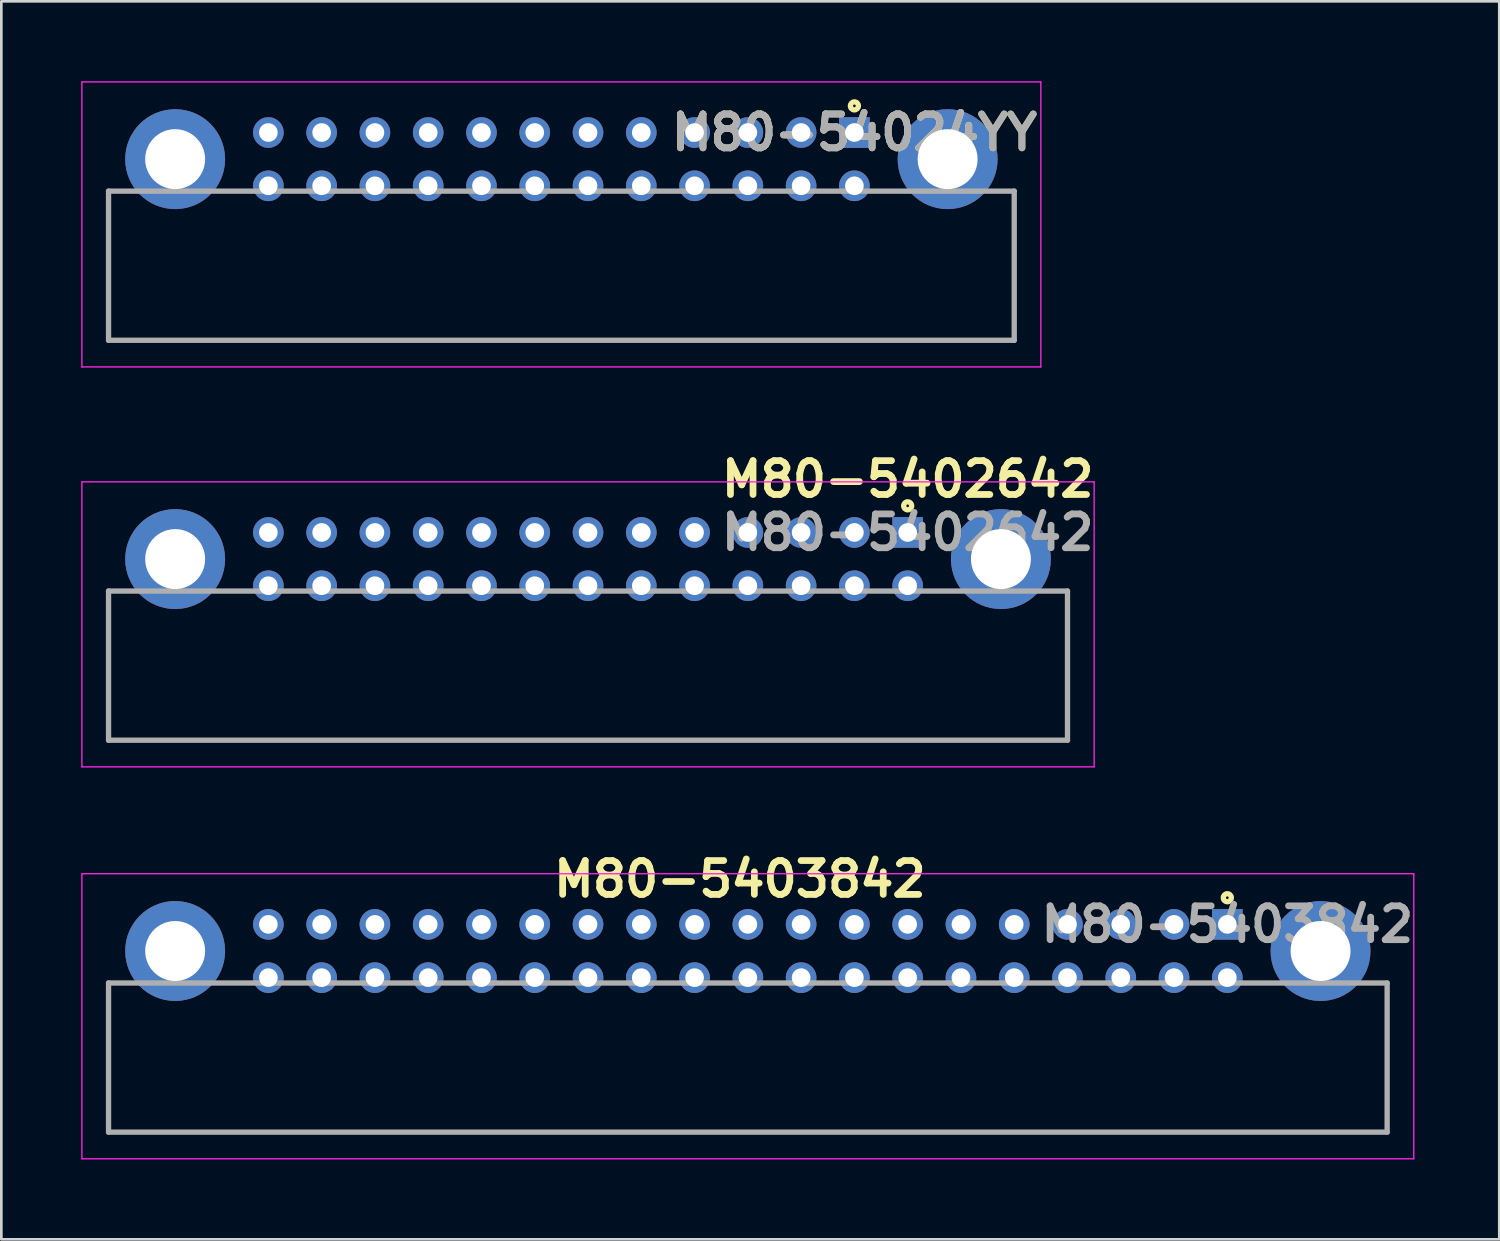
<source format=kicad_pcb>
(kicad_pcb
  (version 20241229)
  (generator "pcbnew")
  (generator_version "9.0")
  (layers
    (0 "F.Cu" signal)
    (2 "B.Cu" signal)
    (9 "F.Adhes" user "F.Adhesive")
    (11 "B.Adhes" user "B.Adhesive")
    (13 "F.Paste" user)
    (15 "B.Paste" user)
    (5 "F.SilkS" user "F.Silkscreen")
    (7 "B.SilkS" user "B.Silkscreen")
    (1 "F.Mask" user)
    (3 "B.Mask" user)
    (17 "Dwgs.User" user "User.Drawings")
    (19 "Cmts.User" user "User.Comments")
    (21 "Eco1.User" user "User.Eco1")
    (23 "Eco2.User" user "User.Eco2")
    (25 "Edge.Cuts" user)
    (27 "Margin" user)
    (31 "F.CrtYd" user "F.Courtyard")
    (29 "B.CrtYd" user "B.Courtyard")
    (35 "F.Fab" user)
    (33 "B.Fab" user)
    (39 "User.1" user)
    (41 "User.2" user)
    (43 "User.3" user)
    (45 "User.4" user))
  (footprint "M80-5402642"
    (layer "F.Cu")
    (at 31.025 16.939)
    (property "Reference" "M80-5402642" (at 0 -2 0) (layer "F.SilkS") (effects (font (size 1.27 1.27) (thickness 0.254))))
    (attr through_hole)
    (fp_line (start -30 7.8) (end -30 2.2) (stroke (width 0.1) (type solid)) (layer "F.SilkS"))
    (fp_line (start 6 2.2) (end 6 7.8) (stroke (width 0.1) (type solid)) (layer "F.SilkS"))
    (fp_line (start 6 7.8) (end -30 7.8) (stroke (width 0.1) (type solid)) (layer "F.SilkS"))
    (fp_circle (center 0 -1) (end 0 -0.95) (stroke (width 0.2) (type solid)) (fill no) (layer "F.SilkS"))
    (fp_line (start -31 -1.9) (end 7 -1.9) (stroke (width 0.05) (type solid)) (layer "F.CrtYd"))
    (fp_line (start -31 8.8) (end -31 -1.9) (stroke (width 0.05) (type solid)) (layer "F.CrtYd"))
    (fp_line (start 7 -1.9) (end 7 8.8) (stroke (width 0.05) (type solid)) (layer "F.CrtYd"))
    (fp_line (start 7 8.8) (end -31 8.8) (stroke (width 0.05) (type solid)) (layer "F.CrtYd"))
    (fp_line (start -30 2.2) (end 6 2.2) (stroke (width 0.2) (type solid)) (layer "F.Fab"))
    (fp_line (start -30 7.8) (end -30 2.2) (stroke (width 0.2) (type solid)) (layer "F.Fab"))
    (fp_line (start 6 2.2) (end 6 7.8) (stroke (width 0.2) (type solid)) (layer "F.Fab"))
    (fp_line (start 6 7.8) (end -30 7.8) (stroke (width 0.2) (type solid)) (layer "F.Fab"))
    (fp_text user "${REFERENCE}" (at 0 0 0) (layer "F.Fab") (effects (font (size 1.27 1.27) (thickness 0.254))))
    (pad "1" thru_hole rect (at 0 0) (size 1.15 1.15) (drill 0.7) (layers "*.Cu" "*.Mask"))
    (pad "2" thru_hole circle (at -2 0) (size 1.15 1.15) (drill 0.7) (layers "*.Cu" "*.Mask"))
    (pad "3" thru_hole circle (at -4 0) (size 1.15 1.15) (drill 0.7) (layers "*.Cu" "*.Mask"))
    (pad "4" thru_hole circle (at -6 0) (size 1.15 1.15) (drill 0.7) (layers "*.Cu" "*.Mask"))
    (pad "5" thru_hole circle (at -8 0) (size 1.15 1.15) (drill 0.7) (layers "*.Cu" "*.Mask"))
    (pad "6" thru_hole circle (at -10 0) (size 1.15 1.15) (drill 0.7) (layers "*.Cu" "*.Mask"))
    (pad "7" thru_hole circle (at -12 0) (size 1.15 1.15) (drill 0.7) (layers "*.Cu" "*.Mask"))
    (pad "8" thru_hole circle (at -14 0) (size 1.15 1.15) (drill 0.7) (layers "*.Cu" "*.Mask"))
    (pad "9" thru_hole circle (at -16 0) (size 1.15 1.15) (drill 0.7) (layers "*.Cu" "*.Mask"))
    (pad "10" thru_hole circle (at -18 0) (size 1.15 1.15) (drill 0.7) (layers "*.Cu" "*.Mask"))
    (pad "11" thru_hole circle (at -20 0) (size 1.15 1.15) (drill 0.7) (layers "*.Cu" "*.Mask"))
    (pad "12" thru_hole circle (at -22 0) (size 1.15 1.15) (drill 0.7) (layers "*.Cu" "*.Mask"))
    (pad "13" thru_hole circle (at -24 0) (size 1.15 1.15) (drill 0.7) (layers "*.Cu" "*.Mask"))
    (pad "14" thru_hole circle (at 0 2) (size 1.15 1.15) (drill 0.7) (layers "*.Cu" "*.Mask"))
    (pad "15" thru_hole circle (at -2 2) (size 1.15 1.15) (drill 0.7) (layers "*.Cu" "*.Mask"))
    (pad "16" thru_hole circle (at -4 2) (size 1.15 1.15) (drill 0.7) (layers "*.Cu" "*.Mask"))
    (pad "17" thru_hole circle (at -6 2) (size 1.15 1.15) (drill 0.7) (layers "*.Cu" "*.Mask"))
    (pad "18" thru_hole circle (at -8 2) (size 1.15 1.15) (drill 0.7) (layers "*.Cu" "*.Mask"))
    (pad "19" thru_hole circle (at -10 2) (size 1.15 1.15) (drill 0.7) (layers "*.Cu" "*.Mask"))
    (pad "20" thru_hole circle (at -12 2) (size 1.15 1.15) (drill 0.7) (layers "*.Cu" "*.Mask"))
    (pad "21" thru_hole circle (at -14 2) (size 1.15 1.15) (drill 0.7) (layers "*.Cu" "*.Mask"))
    (pad "22" thru_hole circle (at -16 2) (size 1.15 1.15) (drill 0.7) (layers "*.Cu" "*.Mask"))
    (pad "23" thru_hole circle (at -18 2) (size 1.15 1.15) (drill 0.7) (layers "*.Cu" "*.Mask"))
    (pad "24" thru_hole circle (at -20 2) (size 1.15 1.15) (drill 0.7) (layers "*.Cu" "*.Mask"))
    (pad "25" thru_hole circle (at -22 2) (size 1.15 1.15) (drill 0.7) (layers "*.Cu" "*.Mask"))
    (pad "26" thru_hole circle (at -24 2) (size 1.15 1.15) (drill 0.7) (layers "*.Cu" "*.Mask"))
    (pad "27" thru_hole circle (at 3.5 1) (size 3.75 3.75) (drill 2.25) (layers "*.Cu" "*.Mask"))
    (pad "28" thru_hole circle (at -27.5 1) (size 3.75 3.75) (drill 2.25) (layers "*.Cu" "*.Mask")))
  (footprint "M80-54024YY"
    (layer "F.Cu")
    (at 29.025 1.925)
    (property "Reference" "M80-54024YY" (at 0 0 0) (layer "F.SilkS") (effects (font (size 1.27 1.27) (thickness 0.254))))
    (attr through_hole)
    (fp_line (start -28 7.8) (end -28 2.2) (stroke (width 0.1) (type solid)) (layer "F.SilkS"))
    (fp_line (start 6 2.2) (end 6 7.8) (stroke (width 0.1) (type solid)) (layer "F.SilkS"))
    (fp_line (start 6 7.8) (end -28 7.8) (stroke (width 0.1) (type solid)) (layer "F.SilkS"))
    (fp_circle (center 0 -1) (end 0 -0.95) (stroke (width 0.2) (type solid)) (fill no) (layer "F.SilkS"))
    (fp_line (start -29 -1.9) (end 7 -1.9) (stroke (width 0.05) (type solid)) (layer "F.CrtYd"))
    (fp_line (start -29 8.8) (end -29 -1.9) (stroke (width 0.05) (type solid)) (layer "F.CrtYd"))
    (fp_line (start 7 -1.9) (end 7 8.8) (stroke (width 0.05) (type solid)) (layer "F.CrtYd"))
    (fp_line (start 7 8.8) (end -29 8.8) (stroke (width 0.05) (type solid)) (layer "F.CrtYd"))
    (fp_line (start -28 2.2) (end 6 2.2) (stroke (width 0.2) (type solid)) (layer "F.Fab"))
    (fp_line (start -28 7.8) (end -28 2.2) (stroke (width 0.2) (type solid)) (layer "F.Fab"))
    (fp_line (start 6 2.2) (end 6 7.8) (stroke (width 0.2) (type solid)) (layer "F.Fab"))
    (fp_line (start 6 7.8) (end -28 7.8) (stroke (width 0.2) (type solid)) (layer "F.Fab"))
    (fp_text user "${REFERENCE}" (at 0 0 0) (layer "F.Fab") (effects (font (size 1.27 1.27) (thickness 0.254))))
    (pad "1" thru_hole rect (at 0 0) (size 1.15 1.15) (drill 0.7) (layers "*.Cu" "*.Mask"))
    (pad "2" thru_hole circle (at -2 0) (size 1.15 1.15) (drill 0.7) (layers "*.Cu" "*.Mask"))
    (pad "3" thru_hole circle (at -4 0) (size 1.15 1.15) (drill 0.7) (layers "*.Cu" "*.Mask"))
    (pad "4" thru_hole circle (at -6 0) (size 1.15 1.15) (drill 0.7) (layers "*.Cu" "*.Mask"))
    (pad "5" thru_hole circle (at -8 0) (size 1.15 1.15) (drill 0.7) (layers "*.Cu" "*.Mask"))
    (pad "6" thru_hole circle (at -10 0) (size 1.15 1.15) (drill 0.7) (layers "*.Cu" "*.Mask"))
    (pad "7" thru_hole circle (at -12 0) (size 1.15 1.15) (drill 0.7) (layers "*.Cu" "*.Mask"))
    (pad "8" thru_hole circle (at -14 0) (size 1.15 1.15) (drill 0.7) (layers "*.Cu" "*.Mask"))
    (pad "9" thru_hole circle (at -16 0) (size 1.15 1.15) (drill 0.7) (layers "*.Cu" "*.Mask"))
    (pad "10" thru_hole circle (at -18 0) (size 1.15 1.15) (drill 0.7) (layers "*.Cu" "*.Mask"))
    (pad "11" thru_hole circle (at -20 0) (size 1.15 1.15) (drill 0.7) (layers "*.Cu" "*.Mask"))
    (pad "12" thru_hole circle (at -22 0) (size 1.15 1.15) (drill 0.7) (layers "*.Cu" "*.Mask"))
    (pad "13" thru_hole circle (at 0 2) (size 1.15 1.15) (drill 0.7) (layers "*.Cu" "*.Mask"))
    (pad "14" thru_hole circle (at -2 2) (size 1.15 1.15) (drill 0.7) (layers "*.Cu" "*.Mask"))
    (pad "15" thru_hole circle (at -4 2) (size 1.15 1.15) (drill 0.7) (layers "*.Cu" "*.Mask"))
    (pad "16" thru_hole circle (at -6 2) (size 1.15 1.15) (drill 0.7) (layers "*.Cu" "*.Mask"))
    (pad "17" thru_hole circle (at -8 2) (size 1.15 1.15) (drill 0.7) (layers "*.Cu" "*.Mask"))
    (pad "18" thru_hole circle (at -10 2) (size 1.15 1.15) (drill 0.7) (layers "*.Cu" "*.Mask"))
    (pad "19" thru_hole circle (at -12 2) (size 1.15 1.15) (drill 0.7) (layers "*.Cu" "*.Mask"))
    (pad "20" thru_hole circle (at -14 2) (size 1.15 1.15) (drill 0.7) (layers "*.Cu" "*.Mask"))
    (pad "21" thru_hole circle (at -16 2) (size 1.15 1.15) (drill 0.7) (layers "*.Cu" "*.Mask"))
    (pad "22" thru_hole circle (at -18 2) (size 1.15 1.15) (drill 0.7) (layers "*.Cu" "*.Mask"))
    (pad "23" thru_hole circle (at -20 2) (size 1.15 1.15) (drill 0.7) (layers "*.Cu" "*.Mask"))
    (pad "24" thru_hole circle (at -22 2) (size 1.15 1.15) (drill 0.7) (layers "*.Cu" "*.Mask"))
    (pad "25" thru_hole circle (at 3.5 1) (size 3.75 3.75) (drill 2.25) (layers "*.Cu" "*.Mask"))
    (pad "26" thru_hole circle (at -25.5 1) (size 3.75 3.75) (drill 2.25) (layers "*.Cu" "*.Mask")))
  (footprint "M80-5403842"
    (layer "F.Cu")
    (at 43.025 31.652)
    (property "Reference" "M80-5403842" (at -18.3 -1.7 0) (layer "F.SilkS") (effects (font (size 1.27 1.27) (thickness 0.254))))
    (attr through_hole)
    (fp_line (start -42 7.8) (end -42 2.2) (stroke (width 0.1) (type solid)) (layer "F.SilkS"))
    (fp_line (start 6 2.2) (end 6 7.8) (stroke (width 0.1) (type solid)) (layer "F.SilkS"))
    (fp_line (start 6 7.8) (end -42 7.8) (stroke (width 0.1) (type solid)) (layer "F.SilkS"))
    (fp_circle (center 0 -1) (end 0 -0.95) (stroke (width 0.2) (type solid)) (fill no) (layer "F.SilkS"))
    (fp_line (start -43 -1.9) (end 7 -1.9) (stroke (width 0.05) (type solid)) (layer "F.CrtYd"))
    (fp_line (start -43 8.8) (end -43 -1.9) (stroke (width 0.05) (type solid)) (layer "F.CrtYd"))
    (fp_line (start 7 -1.9) (end 7 8.8) (stroke (width 0.05) (type solid)) (layer "F.CrtYd"))
    (fp_line (start 7 8.8) (end -43 8.8) (stroke (width 0.05) (type solid)) (layer "F.CrtYd"))
    (fp_line (start -42 2.2) (end 6 2.2) (stroke (width 0.2) (type solid)) (layer "F.Fab"))
    (fp_line (start -42 7.8) (end -42 2.2) (stroke (width 0.2) (type solid)) (layer "F.Fab"))
    (fp_line (start 6 2.2) (end 6 7.8) (stroke (width 0.2) (type solid)) (layer "F.Fab"))
    (fp_line (start 6 7.8) (end -42 7.8) (stroke (width 0.2) (type solid)) (layer "F.Fab"))
    (fp_text user "${REFERENCE}" (at 0 0 0) (layer "F.Fab") (effects (font (size 1.27 1.27) (thickness 0.254))))
    (pad "1" thru_hole rect (at 0 0) (size 1.15 1.15) (drill 0.7) (layers "*.Cu" "*.Mask"))
    (pad "2" thru_hole circle (at -2 0) (size 1.15 1.15) (drill 0.7) (layers "*.Cu" "*.Mask"))
    (pad "3" thru_hole circle (at -4 0) (size 1.15 1.15) (drill 0.7) (layers "*.Cu" "*.Mask"))
    (pad "4" thru_hole circle (at -6 0) (size 1.15 1.15) (drill 0.7) (layers "*.Cu" "*.Mask"))
    (pad "5" thru_hole circle (at -8 0) (size 1.15 1.15) (drill 0.7) (layers "*.Cu" "*.Mask"))
    (pad "6" thru_hole circle (at -10 0) (size 1.15 1.15) (drill 0.7) (layers "*.Cu" "*.Mask"))
    (pad "7" thru_hole circle (at -12 0) (size 1.15 1.15) (drill 0.7) (layers "*.Cu" "*.Mask"))
    (pad "8" thru_hole circle (at -14 0) (size 1.15 1.15) (drill 0.7) (layers "*.Cu" "*.Mask"))
    (pad "9" thru_hole circle (at -16 0) (size 1.15 1.15) (drill 0.7) (layers "*.Cu" "*.Mask"))
    (pad "10" thru_hole circle (at -18 0) (size 1.15 1.15) (drill 0.7) (layers "*.Cu" "*.Mask"))
    (pad "11" thru_hole circle (at -20 0) (size 1.15 1.15) (drill 0.7) (layers "*.Cu" "*.Mask"))
    (pad "12" thru_hole circle (at -22 0) (size 1.15 1.15) (drill 0.7) (layers "*.Cu" "*.Mask"))
    (pad "13" thru_hole circle (at -24 0) (size 1.15 1.15) (drill 0.7) (layers "*.Cu" "*.Mask"))
    (pad "14" thru_hole circle (at -26 0) (size 1.15 1.15) (drill 0.7) (layers "*.Cu" "*.Mask"))
    (pad "15" thru_hole circle (at -28 0) (size 1.15 1.15) (drill 0.7) (layers "*.Cu" "*.Mask"))
    (pad "16" thru_hole circle (at -30 0) (size 1.15 1.15) (drill 0.7) (layers "*.Cu" "*.Mask"))
    (pad "17" thru_hole circle (at -32 0) (size 1.15 1.15) (drill 0.7) (layers "*.Cu" "*.Mask"))
    (pad "18" thru_hole circle (at -34 0) (size 1.15 1.15) (drill 0.7) (layers "*.Cu" "*.Mask"))
    (pad "19" thru_hole circle (at -36 0) (size 1.15 1.15) (drill 0.7) (layers "*.Cu" "*.Mask"))
    (pad "20" thru_hole circle (at 0 2) (size 1.15 1.15) (drill 0.7) (layers "*.Cu" "*.Mask"))
    (pad "21" thru_hole circle (at -2 2) (size 1.15 1.15) (drill 0.7) (layers "*.Cu" "*.Mask"))
    (pad "22" thru_hole circle (at -4 2) (size 1.15 1.15) (drill 0.7) (layers "*.Cu" "*.Mask"))
    (pad "23" thru_hole circle (at -6 2) (size 1.15 1.15) (drill 0.7) (layers "*.Cu" "*.Mask"))
    (pad "24" thru_hole circle (at -8 2) (size 1.15 1.15) (drill 0.7) (layers "*.Cu" "*.Mask"))
    (pad "25" thru_hole circle (at -10 2) (size 1.15 1.15) (drill 0.7) (layers "*.Cu" "*.Mask"))
    (pad "26" thru_hole circle (at -12 2) (size 1.15 1.15) (drill 0.7) (layers "*.Cu" "*.Mask"))
    (pad "27" thru_hole circle (at -14 2) (size 1.15 1.15) (drill 0.7) (layers "*.Cu" "*.Mask"))
    (pad "28" thru_hole circle (at -16 2) (size 1.15 1.15) (drill 0.7) (layers "*.Cu" "*.Mask"))
    (pad "29" thru_hole circle (at -18 2) (size 1.15 1.15) (drill 0.7) (layers "*.Cu" "*.Mask"))
    (pad "30" thru_hole circle (at -20 2) (size 1.15 1.15) (drill 0.7) (layers "*.Cu" "*.Mask"))
    (pad "31" thru_hole circle (at -22 2) (size 1.15 1.15) (drill 0.7) (layers "*.Cu" "*.Mask"))
    (pad "32" thru_hole circle (at -24 2) (size 1.15 1.15) (drill 0.7) (layers "*.Cu" "*.Mask"))
    (pad "33" thru_hole circle (at -26 2) (size 1.15 1.15) (drill 0.7) (layers "*.Cu" "*.Mask"))
    (pad "34" thru_hole circle (at -28 2) (size 1.15 1.15) (drill 0.7) (layers "*.Cu" "*.Mask"))
    (pad "35" thru_hole circle (at -30 2) (size 1.15 1.15) (drill 0.7) (layers "*.Cu" "*.Mask"))
    (pad "36" thru_hole circle (at -32 2) (size 1.15 1.15) (drill 0.7) (layers "*.Cu" "*.Mask"))
    (pad "37" thru_hole circle (at -34 2) (size 1.15 1.15) (drill 0.7) (layers "*.Cu" "*.Mask"))
    (pad "38" thru_hole circle (at -36 2) (size 1.15 1.15) (drill 0.7) (layers "*.Cu" "*.Mask"))
    (pad "39" thru_hole circle (at 3.5 1) (size 3.75 3.75) (drill 2.25) (layers "*.Cu" "*.Mask"))
    (pad "40" thru_hole circle (at -39.5 1) (size 3.75 3.75) (drill 2.25) (layers "*.Cu" "*.Mask")))
  (gr_rect
    (start -3 -3)
    (end 53.234 43.477)
    (stroke (width 0.1) (type default))
    (fill no)
    (layer "Edge.Cuts")))
</source>
